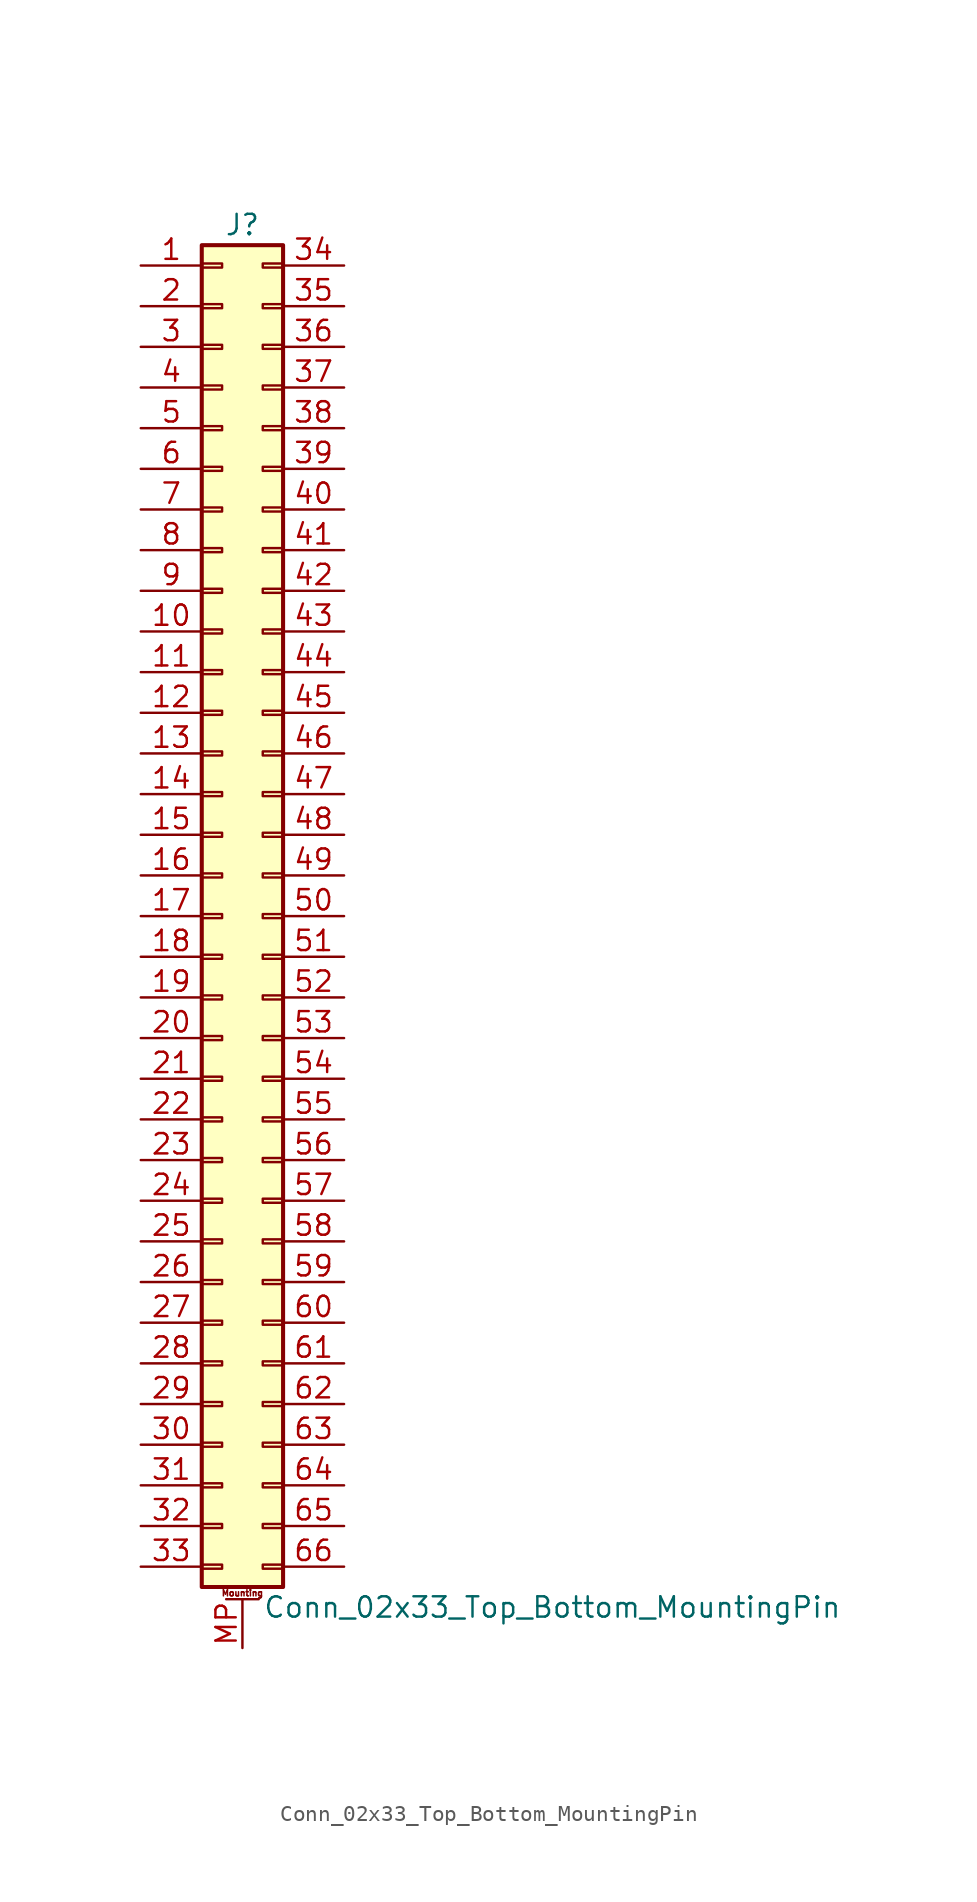
<source format=kicad_sym>
(kicad_symbol_lib
  (version 20220914)
  (generator kicad_symbol_editor)
  (symbol "Conn_02x33_Top_Bottom_MountingPin"
    (pin_names
      (offset 1.016) hide)
    (property "Reference" "J"
      (at 1.27 43.18 0)
      (effects (font (size 1.27 1.27))))
    (property "Value" "Conn_02x33_Top_Bottom_MountingPin"
      (at 2.54 -43.18 0)
      (effects (font (size 1.27 1.27)) (justify left)))
    (symbol "Conn_02x33_Top_Bottom_MountingPin_1_1"
      (rectangle (start -1.27 -40.513) (end 0 -40.767) (stroke (width 0.152) (type default)) (fill (type none)))
      (rectangle (start -1.27 -37.973) (end 0 -38.227) (stroke (width 0.152) (type default)) (fill (type none)))
      (rectangle (start -1.27 -35.433) (end 0 -35.687) (stroke (width 0.152) (type default)) (fill (type none)))
      (rectangle (start -1.27 -32.893) (end 0 -33.147) (stroke (width 0.152) (type default)) (fill (type none)))
      (rectangle (start -1.27 -30.353) (end 0 -30.607) (stroke (width 0.152) (type default)) (fill (type none)))
      (rectangle (start -1.27 -27.813) (end 0 -28.067) (stroke (width 0.152) (type default)) (fill (type none)))
      (rectangle (start -1.27 -25.273) (end 0 -25.527) (stroke (width 0.152) (type default)) (fill (type none)))
      (rectangle (start -1.27 -22.733) (end 0 -22.987) (stroke (width 0.152) (type default)) (fill (type none)))
      (rectangle (start -1.27 -20.193) (end 0 -20.447) (stroke (width 0.152) (type default)) (fill (type none)))
      (rectangle (start -1.27 -17.653) (end 0 -17.907) (stroke (width 0.152) (type default)) (fill (type none)))
      (rectangle (start -1.27 -15.113) (end 0 -15.367) (stroke (width 0.152) (type default)) (fill (type none)))
      (rectangle (start -1.27 -12.573) (end 0 -12.827) (stroke (width 0.152) (type default)) (fill (type none)))
      (rectangle (start -1.27 -10.033) (end 0 -10.287) (stroke (width 0.152) (type default)) (fill (type none)))
      (rectangle (start -1.27 -7.493) (end 0 -7.747) (stroke (width 0.152) (type default)) (fill (type none)))
      (rectangle (start -1.27 -4.953) (end 0 -5.207) (stroke (width 0.152) (type default)) (fill (type none)))
      (rectangle (start -1.27 -2.413) (end 0 -2.667) (stroke (width 0.152) (type default)) (fill (type none)))
      (rectangle (start -1.27 0.127) (end 0 -0.127) (stroke (width 0.152) (type default)) (fill (type none)))
      (rectangle (start -1.27 2.667) (end 0 2.413) (stroke (width 0.152) (type default)) (fill (type none)))
      (rectangle (start -1.27 5.207) (end 0 4.953) (stroke (width 0.152) (type default)) (fill (type none)))
      (rectangle (start -1.27 7.747) (end 0 7.493) (stroke (width 0.152) (type default)) (fill (type none)))
      (rectangle (start -1.27 10.287) (end 0 10.033) (stroke (width 0.152) (type default)) (fill (type none)))
      (rectangle (start -1.27 12.827) (end 0 12.573) (stroke (width 0.152) (type default)) (fill (type none)))
      (rectangle (start -1.27 15.367) (end 0 15.113) (stroke (width 0.152) (type default)) (fill (type none)))
      (rectangle (start -1.27 17.907) (end 0 17.653) (stroke (width 0.152) (type default)) (fill (type none)))
      (rectangle (start -1.27 20.447) (end 0 20.193) (stroke (width 0.152) (type default)) (fill (type none)))
      (rectangle (start -1.27 22.987) (end 0 22.733) (stroke (width 0.152) (type default)) (fill (type none)))
      (rectangle (start -1.27 25.527) (end 0 25.273) (stroke (width 0.152) (type default)) (fill (type none)))
      (rectangle (start -1.27 28.067) (end 0 27.813) (stroke (width 0.152) (type default)) (fill (type none)))
      (rectangle (start -1.27 30.607) (end 0 30.353) (stroke (width 0.152) (type default)) (fill (type none)))
      (rectangle (start -1.27 33.147) (end 0 32.893) (stroke (width 0.152) (type default)) (fill (type none)))
      (rectangle (start -1.27 35.687) (end 0 35.433) (stroke (width 0.152) (type default)) (fill (type none)))
      (rectangle (start -1.27 38.227) (end 0 37.973) (stroke (width 0.152) (type default)) (fill (type none)))
      (rectangle (start -1.27 40.767) (end 0 40.513) (stroke (width 0.152) (type default)) (fill (type none)))
      (rectangle (start -1.27 41.91) (end 3.81 -41.91) (stroke (width 0.254) (type default)) (fill (type background)))
      (polyline (pts (xy 0.254 -42.672) (xy 2.286 -42.672)) (stroke (width 0.152) (type default)) (fill (type none)))
      (rectangle (start 3.81 -40.513) (end 2.54 -40.767) (stroke (width 0.152) (type default)) (fill (type none)))
      (rectangle (start 3.81 -37.973) (end 2.54 -38.227) (stroke (width 0.152) (type default)) (fill (type none)))
      (rectangle (start 3.81 -35.433) (end 2.54 -35.687) (stroke (width 0.152) (type default)) (fill (type none)))
      (rectangle (start 3.81 -32.893) (end 2.54 -33.147) (stroke (width 0.152) (type default)) (fill (type none)))
      (rectangle (start 3.81 -30.353) (end 2.54 -30.607) (stroke (width 0.152) (type default)) (fill (type none)))
      (rectangle (start 3.81 -27.813) (end 2.54 -28.067) (stroke (width 0.152) (type default)) (fill (type none)))
      (rectangle (start 3.81 -25.273) (end 2.54 -25.527) (stroke (width 0.152) (type default)) (fill (type none)))
      (rectangle (start 3.81 -22.733) (end 2.54 -22.987) (stroke (width 0.152) (type default)) (fill (type none)))
      (rectangle (start 3.81 -20.193) (end 2.54 -20.447) (stroke (width 0.152) (type default)) (fill (type none)))
      (rectangle (start 3.81 -17.653) (end 2.54 -17.907) (stroke (width 0.152) (type default)) (fill (type none)))
      (rectangle (start 3.81 -15.113) (end 2.54 -15.367) (stroke (width 0.152) (type default)) (fill (type none)))
      (rectangle (start 3.81 -12.573) (end 2.54 -12.827) (stroke (width 0.152) (type default)) (fill (type none)))
      (rectangle (start 3.81 -10.033) (end 2.54 -10.287) (stroke (width 0.152) (type default)) (fill (type none)))
      (rectangle (start 3.81 -7.493) (end 2.54 -7.747) (stroke (width 0.152) (type default)) (fill (type none)))
      (rectangle (start 3.81 -4.953) (end 2.54 -5.207) (stroke (width 0.152) (type default)) (fill (type none)))
      (rectangle (start 3.81 -2.413) (end 2.54 -2.667) (stroke (width 0.152) (type default)) (fill (type none)))
      (rectangle (start 3.81 0.127) (end 2.54 -0.127) (stroke (width 0.152) (type default)) (fill (type none)))
      (rectangle (start 3.81 2.667) (end 2.54 2.413) (stroke (width 0.152) (type default)) (fill (type none)))
      (rectangle (start 3.81 5.207) (end 2.54 4.953) (stroke (width 0.152) (type default)) (fill (type none)))
      (rectangle (start 3.81 7.747) (end 2.54 7.493) (stroke (width 0.152) (type default)) (fill (type none)))
      (rectangle (start 3.81 10.287) (end 2.54 10.033) (stroke (width 0.152) (type default)) (fill (type none)))
      (rectangle (start 3.81 12.827) (end 2.54 12.573) (stroke (width 0.152) (type default)) (fill (type none)))
      (rectangle (start 3.81 15.367) (end 2.54 15.113) (stroke (width 0.152) (type default)) (fill (type none)))
      (rectangle (start 3.81 17.907) (end 2.54 17.653) (stroke (width 0.152) (type default)) (fill (type none)))
      (rectangle (start 3.81 20.447) (end 2.54 20.193) (stroke (width 0.152) (type default)) (fill (type none)))
      (rectangle (start 3.81 22.987) (end 2.54 22.733) (stroke (width 0.152) (type default)) (fill (type none)))
      (rectangle (start 3.81 25.527) (end 2.54 25.273) (stroke (width 0.152) (type default)) (fill (type none)))
      (rectangle (start 3.81 28.067) (end 2.54 27.813) (stroke (width 0.152) (type default)) (fill (type none)))
      (rectangle (start 3.81 30.607) (end 2.54 30.353) (stroke (width 0.152) (type default)) (fill (type none)))
      (rectangle (start 3.81 33.147) (end 2.54 32.893) (stroke (width 0.152) (type default)) (fill (type none)))
      (rectangle (start 3.81 35.687) (end 2.54 35.433) (stroke (width 0.152) (type default)) (fill (type none)))
      (rectangle (start 3.81 38.227) (end 2.54 37.973) (stroke (width 0.152) (type default)) (fill (type none)))
      (rectangle (start 3.81 40.767) (end 2.54 40.513) (stroke (width 0.152) (type default)) (fill (type none)))
      (text "Mounting" (at 1.27 -42.291 0) (effects (font (size 0.381 0.381))))
      (pin passive line (at -5.08 40.64 0) (length 3.81) (name "Pin_1" (effects (font (size 1.27 1.27)))) (number "1" (effects (font (size 1.27 1.27)))))
      (pin passive line (at -5.08 17.78 0) (length 3.81) (name "Pin_10" (effects (font (size 1.27 1.27)))) (number "10" (effects (font (size 1.27 1.27)))))
      (pin passive line (at -5.08 15.24 0) (length 3.81) (name "Pin_11" (effects (font (size 1.27 1.27)))) (number "11" (effects (font (size 1.27 1.27)))))
      (pin passive line (at -5.08 12.7 0) (length 3.81) (name "Pin_12" (effects (font (size 1.27 1.27)))) (number "12" (effects (font (size 1.27 1.27)))))
      (pin passive line (at -5.08 10.16 0) (length 3.81) (name "Pin_13" (effects (font (size 1.27 1.27)))) (number "13" (effects (font (size 1.27 1.27)))))
      (pin passive line (at -5.08 7.62 0) (length 3.81) (name "Pin_14" (effects (font (size 1.27 1.27)))) (number "14" (effects (font (size 1.27 1.27)))))
      (pin passive line (at -5.08 5.08 0) (length 3.81) (name "Pin_15" (effects (font (size 1.27 1.27)))) (number "15" (effects (font (size 1.27 1.27)))))
      (pin passive line (at -5.08 2.54 0) (length 3.81) (name "Pin_16" (effects (font (size 1.27 1.27)))) (number "16" (effects (font (size 1.27 1.27)))))
      (pin passive line (at -5.08 0 0) (length 3.81) (name "Pin_17" (effects (font (size 1.27 1.27)))) (number "17" (effects (font (size 1.27 1.27)))))
      (pin passive line (at -5.08 -2.54 0) (length 3.81) (name "Pin_18" (effects (font (size 1.27 1.27)))) (number "18" (effects (font (size 1.27 1.27)))))
      (pin passive line (at -5.08 -5.08 0) (length 3.81) (name "Pin_19" (effects (font (size 1.27 1.27)))) (number "19" (effects (font (size 1.27 1.27)))))
      (pin passive line (at -5.08 38.1 0) (length 3.81) (name "Pin_2" (effects (font (size 1.27 1.27)))) (number "2" (effects (font (size 1.27 1.27)))))
      (pin passive line (at -5.08 -7.62 0) (length 3.81) (name "Pin_20" (effects (font (size 1.27 1.27)))) (number "20" (effects (font (size 1.27 1.27)))))
      (pin passive line (at -5.08 -10.16 0) (length 3.81) (name "Pin_21" (effects (font (size 1.27 1.27)))) (number "21" (effects (font (size 1.27 1.27)))))
      (pin passive line (at -5.08 -12.7 0) (length 3.81) (name "Pin_22" (effects (font (size 1.27 1.27)))) (number "22" (effects (font (size 1.27 1.27)))))
      (pin passive line (at -5.08 -15.24 0) (length 3.81) (name "Pin_23" (effects (font (size 1.27 1.27)))) (number "23" (effects (font (size 1.27 1.27)))))
      (pin passive line (at -5.08 -17.78 0) (length 3.81) (name "Pin_24" (effects (font (size 1.27 1.27)))) (number "24" (effects (font (size 1.27 1.27)))))
      (pin passive line (at -5.08 -20.32 0) (length 3.81) (name "Pin_25" (effects (font (size 1.27 1.27)))) (number "25" (effects (font (size 1.27 1.27)))))
      (pin passive line (at -5.08 -22.86 0) (length 3.81) (name "Pin_26" (effects (font (size 1.27 1.27)))) (number "26" (effects (font (size 1.27 1.27)))))
      (pin passive line (at -5.08 -25.4 0) (length 3.81) (name "Pin_27" (effects (font (size 1.27 1.27)))) (number "27" (effects (font (size 1.27 1.27)))))
      (pin passive line (at -5.08 -27.94 0) (length 3.81) (name "Pin_28" (effects (font (size 1.27 1.27)))) (number "28" (effects (font (size 1.27 1.27)))))
      (pin passive line (at -5.08 -30.48 0) (length 3.81) (name "Pin_29" (effects (font (size 1.27 1.27)))) (number "29" (effects (font (size 1.27 1.27)))))
      (pin passive line (at -5.08 35.56 0) (length 3.81) (name "Pin_3" (effects (font (size 1.27 1.27)))) (number "3" (effects (font (size 1.27 1.27)))))
      (pin passive line (at -5.08 -33.02 0) (length 3.81) (name "Pin_30" (effects (font (size 1.27 1.27)))) (number "30" (effects (font (size 1.27 1.27)))))
      (pin passive line (at -5.08 -35.56 0) (length 3.81) (name "Pin_31" (effects (font (size 1.27 1.27)))) (number "31" (effects (font (size 1.27 1.27)))))
      (pin passive line (at -5.08 -38.1 0) (length 3.81) (name "Pin_32" (effects (font (size 1.27 1.27)))) (number "32" (effects (font (size 1.27 1.27)))))
      (pin passive line (at -5.08 -40.64 0) (length 3.81) (name "Pin_33" (effects (font (size 1.27 1.27)))) (number "33" (effects (font (size 1.27 1.27)))))
      (pin passive line (at 7.62 40.64 180) (length 3.81) (name "Pin_34" (effects (font (size 1.27 1.27)))) (number "34" (effects (font (size 1.27 1.27)))))
      (pin passive line (at 7.62 38.1 180) (length 3.81) (name "Pin_35" (effects (font (size 1.27 1.27)))) (number "35" (effects (font (size 1.27 1.27)))))
      (pin passive line (at 7.62 35.56 180) (length 3.81) (name "Pin_36" (effects (font (size 1.27 1.27)))) (number "36" (effects (font (size 1.27 1.27)))))
      (pin passive line (at 7.62 33.02 180) (length 3.81) (name "Pin_37" (effects (font (size 1.27 1.27)))) (number "37" (effects (font (size 1.27 1.27)))))
      (pin passive line (at 7.62 30.48 180) (length 3.81) (name "Pin_38" (effects (font (size 1.27 1.27)))) (number "38" (effects (font (size 1.27 1.27)))))
      (pin passive line (at 7.62 27.94 180) (length 3.81) (name "Pin_39" (effects (font (size 1.27 1.27)))) (number "39" (effects (font (size 1.27 1.27)))))
      (pin passive line (at -5.08 33.02 0) (length 3.81) (name "Pin_4" (effects (font (size 1.27 1.27)))) (number "4" (effects (font (size 1.27 1.27)))))
      (pin passive line (at 7.62 25.4 180) (length 3.81) (name "Pin_40" (effects (font (size 1.27 1.27)))) (number "40" (effects (font (size 1.27 1.27)))))
      (pin passive line (at 7.62 22.86 180) (length 3.81) (name "Pin_41" (effects (font (size 1.27 1.27)))) (number "41" (effects (font (size 1.27 1.27)))))
      (pin passive line (at 7.62 20.32 180) (length 3.81) (name "Pin_42" (effects (font (size 1.27 1.27)))) (number "42" (effects (font (size 1.27 1.27)))))
      (pin passive line (at 7.62 17.78 180) (length 3.81) (name "Pin_43" (effects (font (size 1.27 1.27)))) (number "43" (effects (font (size 1.27 1.27)))))
      (pin passive line (at 7.62 15.24 180) (length 3.81) (name "Pin_44" (effects (font (size 1.27 1.27)))) (number "44" (effects (font (size 1.27 1.27)))))
      (pin passive line (at 7.62 12.7 180) (length 3.81) (name "Pin_45" (effects (font (size 1.27 1.27)))) (number "45" (effects (font (size 1.27 1.27)))))
      (pin passive line (at 7.62 10.16 180) (length 3.81) (name "Pin_46" (effects (font (size 1.27 1.27)))) (number "46" (effects (font (size 1.27 1.27)))))
      (pin passive line (at 7.62 7.62 180) (length 3.81) (name "Pin_47" (effects (font (size 1.27 1.27)))) (number "47" (effects (font (size 1.27 1.27)))))
      (pin passive line (at 7.62 5.08 180) (length 3.81) (name "Pin_48" (effects (font (size 1.27 1.27)))) (number "48" (effects (font (size 1.27 1.27)))))
      (pin passive line (at 7.62 2.54 180) (length 3.81) (name "Pin_49" (effects (font (size 1.27 1.27)))) (number "49" (effects (font (size 1.27 1.27)))))
      (pin passive line (at -5.08 30.48 0) (length 3.81) (name "Pin_5" (effects (font (size 1.27 1.27)))) (number "5" (effects (font (size 1.27 1.27)))))
      (pin passive line (at 7.62 0 180) (length 3.81) (name "Pin_50" (effects (font (size 1.27 1.27)))) (number "50" (effects (font (size 1.27 1.27)))))
      (pin passive line (at 7.62 -2.54 180) (length 3.81) (name "Pin_51" (effects (font (size 1.27 1.27)))) (number "51" (effects (font (size 1.27 1.27)))))
      (pin passive line (at 7.62 -5.08 180) (length 3.81) (name "Pin_52" (effects (font (size 1.27 1.27)))) (number "52" (effects (font (size 1.27 1.27)))))
      (pin passive line (at 7.62 -7.62 180) (length 3.81) (name "Pin_53" (effects (font (size 1.27 1.27)))) (number "53" (effects (font (size 1.27 1.27)))))
      (pin passive line (at 7.62 -10.16 180) (length 3.81) (name "Pin_54" (effects (font (size 1.27 1.27)))) (number "54" (effects (font (size 1.27 1.27)))))
      (pin passive line (at 7.62 -12.7 180) (length 3.81) (name "Pin_55" (effects (font (size 1.27 1.27)))) (number "55" (effects (font (size 1.27 1.27)))))
      (pin passive line (at 7.62 -15.24 180) (length 3.81) (name "Pin_56" (effects (font (size 1.27 1.27)))) (number "56" (effects (font (size 1.27 1.27)))))
      (pin passive line (at 7.62 -17.78 180) (length 3.81) (name "Pin_57" (effects (font (size 1.27 1.27)))) (number "57" (effects (font (size 1.27 1.27)))))
      (pin passive line (at 7.62 -20.32 180) (length 3.81) (name "Pin_58" (effects (font (size 1.27 1.27)))) (number "58" (effects (font (size 1.27 1.27)))))
      (pin passive line (at 7.62 -22.86 180) (length 3.81) (name "Pin_59" (effects (font (size 1.27 1.27)))) (number "59" (effects (font (size 1.27 1.27)))))
      (pin passive line (at -5.08 27.94 0) (length 3.81) (name "Pin_6" (effects (font (size 1.27 1.27)))) (number "6" (effects (font (size 1.27 1.27)))))
      (pin passive line (at 7.62 -25.4 180) (length 3.81) (name "Pin_60" (effects (font (size 1.27 1.27)))) (number "60" (effects (font (size 1.27 1.27)))))
      (pin passive line (at 7.62 -27.94 180) (length 3.81) (name "Pin_61" (effects (font (size 1.27 1.27)))) (number "61" (effects (font (size 1.27 1.27)))))
      (pin passive line (at 7.62 -30.48 180) (length 3.81) (name "Pin_62" (effects (font (size 1.27 1.27)))) (number "62" (effects (font (size 1.27 1.27)))))
      (pin passive line (at 7.62 -33.02 180) (length 3.81) (name "Pin_63" (effects (font (size 1.27 1.27)))) (number "63" (effects (font (size 1.27 1.27)))))
      (pin passive line (at 7.62 -35.56 180) (length 3.81) (name "Pin_64" (effects (font (size 1.27 1.27)))) (number "64" (effects (font (size 1.27 1.27)))))
      (pin passive line (at 7.62 -38.1 180) (length 3.81) (name "Pin_65" (effects (font (size 1.27 1.27)))) (number "65" (effects (font (size 1.27 1.27)))))
      (pin passive line (at 7.62 -40.64 180) (length 3.81) (name "Pin_66" (effects (font (size 1.27 1.27)))) (number "66" (effects (font (size 1.27 1.27)))))
      (pin passive line (at -5.08 25.4 0) (length 3.81) (name "Pin_7" (effects (font (size 1.27 1.27)))) (number "7" (effects (font (size 1.27 1.27)))))
      (pin passive line (at -5.08 22.86 0) (length 3.81) (name "Pin_8" (effects (font (size 1.27 1.27)))) (number "8" (effects (font (size 1.27 1.27)))))
      (pin passive line (at -5.08 20.32 0) (length 3.81) (name "Pin_9" (effects (font (size 1.27 1.27)))) (number "9" (effects (font (size 1.27 1.27)))))
      (pin passive line (at 1.27 -45.72 90) (length 3.048) (name "MountPin" (effects (font (size 1.27 1.27)))) (number "MP" (effects (font (size 1.27 1.27))))))))
</source>
